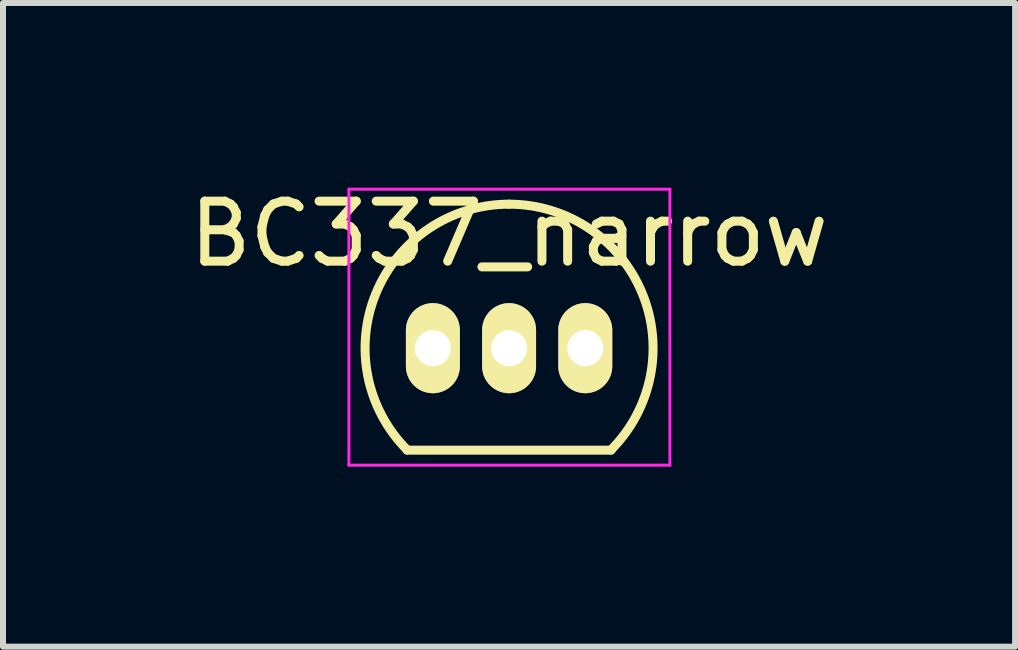
<source format=kicad_pcb>
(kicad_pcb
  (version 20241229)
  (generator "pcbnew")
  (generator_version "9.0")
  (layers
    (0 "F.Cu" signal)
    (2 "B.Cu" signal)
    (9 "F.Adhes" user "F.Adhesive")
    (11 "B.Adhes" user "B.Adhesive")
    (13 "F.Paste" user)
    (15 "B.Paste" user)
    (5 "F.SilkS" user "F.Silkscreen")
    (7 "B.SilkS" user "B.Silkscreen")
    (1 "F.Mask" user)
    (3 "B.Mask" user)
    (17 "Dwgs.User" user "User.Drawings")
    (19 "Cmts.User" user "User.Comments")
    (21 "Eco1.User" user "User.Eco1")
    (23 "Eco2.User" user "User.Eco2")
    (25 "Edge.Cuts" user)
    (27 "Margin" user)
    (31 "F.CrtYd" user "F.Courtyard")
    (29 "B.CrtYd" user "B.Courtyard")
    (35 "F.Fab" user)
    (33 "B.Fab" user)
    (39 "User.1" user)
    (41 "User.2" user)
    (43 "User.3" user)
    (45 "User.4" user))
  (footprint "BC337_narrow"
    (layer "F.Cu")
    (at 4.165 2.753)
    (property "Reference" "BC337_narrow" (at 1.27 -1.905 0) (layer "F.SilkS") (effects (font (size 1 1) (thickness 0.15))))
    (attr through_hole)
    (fp_line (start -0.43 1.7) (end 2.97 1.7) (stroke (width 0.15) (type solid)) (layer "F.SilkS"))
    (fp_arc (start -0.427056 1.697056) (mid -0.947311 -0.91844) (end 1.27 -2.4) (stroke (width 0.15) (type solid)) (layer "F.SilkS"))
    (fp_arc (start 1.27 -2.4) (mid 3.487311 -0.91844) (end 2.967056 1.697056) (stroke (width 0.15) (type solid)) (layer "F.SilkS"))
    (fp_line (start -1.4 -2.65) (end 3.95 -2.65) (stroke (width 0.05) (type solid)) (layer "F.CrtYd"))
    (fp_line (start -1.4 1.95) (end -1.4 -2.65) (stroke (width 0.05) (type solid)) (layer "F.CrtYd"))
    (fp_line (start -1.4 1.95) (end 3.95 1.95) (stroke (width 0.05) (type solid)) (layer "F.CrtYd"))
    (fp_line (start 3.95 1.95) (end 3.95 -2.65) (stroke (width 0.05) (type solid)) (layer "F.CrtYd"))
    (pad "1" thru_hole oval (at 0 0 180) (size 0.899 1.501) (drill 0.6) (layers "*.Cu" "*.Mask" "F.SilkS"))
    (pad "2" thru_hole oval (at 1.27 0 180) (size 0.899 1.501) (drill 0.6) (layers "*.Cu" "*.Mask" "F.SilkS"))
    (pad "3" thru_hole oval (at 2.54 0 180) (size 0.899 1.501) (drill 0.6) (layers "*.Cu" "*.Mask" "F.SilkS")))
  (gr_rect
    (start -3 -3)
    (end 13.869 7.728)
    (stroke (width 0.1) (type default))
    (fill no)
    (layer "Edge.Cuts")))
</source>
